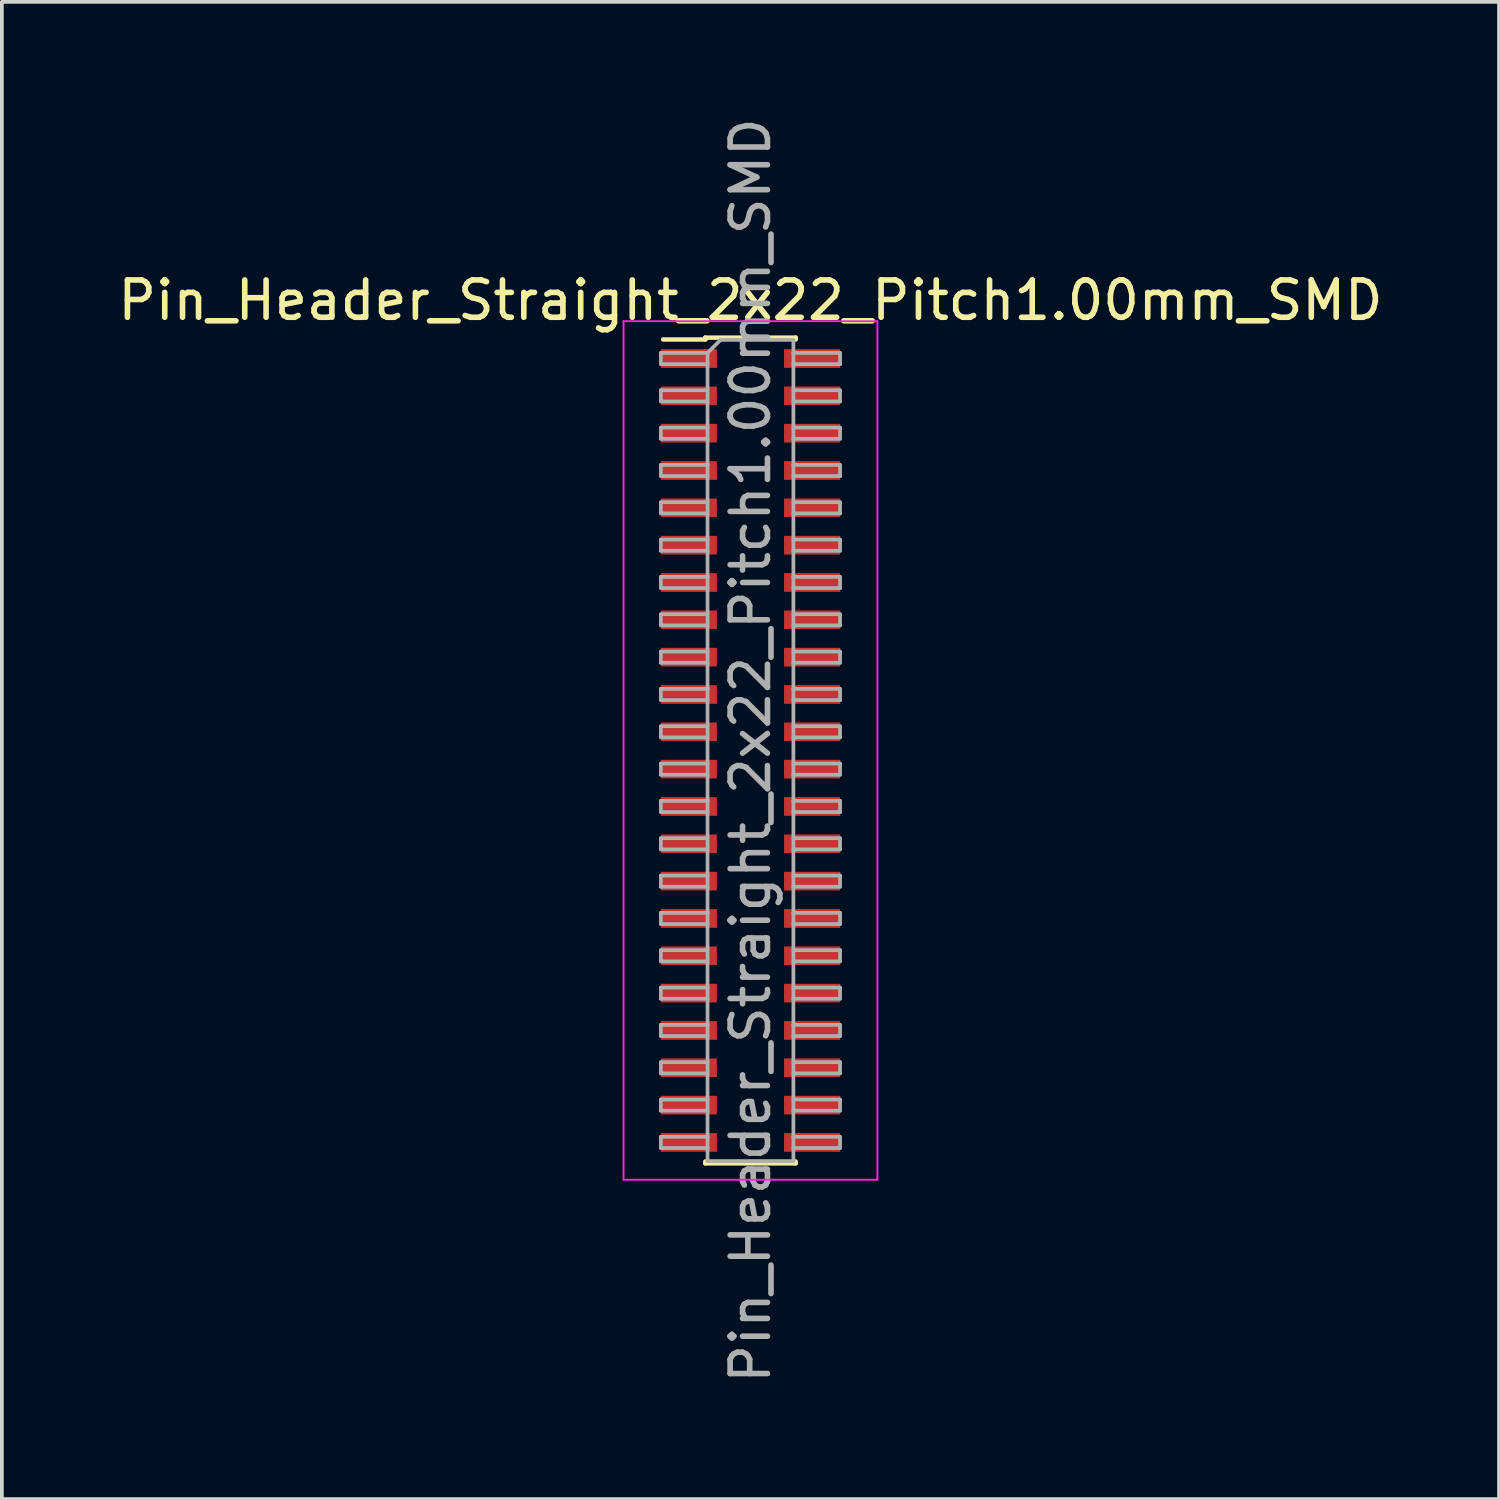
<source format=kicad_pcb>
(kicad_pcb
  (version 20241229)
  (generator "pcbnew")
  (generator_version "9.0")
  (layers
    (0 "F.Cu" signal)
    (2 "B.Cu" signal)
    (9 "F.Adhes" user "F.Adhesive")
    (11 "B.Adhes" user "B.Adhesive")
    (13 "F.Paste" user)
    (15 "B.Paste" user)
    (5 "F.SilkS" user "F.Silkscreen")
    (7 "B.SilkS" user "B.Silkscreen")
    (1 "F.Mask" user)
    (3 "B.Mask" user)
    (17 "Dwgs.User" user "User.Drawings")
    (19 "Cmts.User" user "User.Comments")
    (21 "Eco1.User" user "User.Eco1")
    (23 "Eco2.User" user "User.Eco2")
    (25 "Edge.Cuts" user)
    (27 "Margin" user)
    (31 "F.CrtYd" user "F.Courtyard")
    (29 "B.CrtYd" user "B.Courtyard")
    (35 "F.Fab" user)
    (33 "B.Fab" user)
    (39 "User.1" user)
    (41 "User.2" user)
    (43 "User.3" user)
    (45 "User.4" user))
  (footprint "Pin_Header_Straight_2x22_Pitch1.00mm_SMD"
    (layer "F.Cu")
    (at 17.054 17.054)
    (property "Reference" "Pin_Header_Straight_2x22_Pitch1.00mm_SMD" (at 0 -12.06 0) (layer "F.SilkS") (effects (font (size 1 1) (thickness 0.15))))
    (attr smd)
    (fp_line (start -2.34 -11.01) (end -1.21 -11.01) (stroke (width 0.12) (type solid)) (layer "F.SilkS"))
    (fp_line (start -1.21 -11.06) (end -1.21 -11.01) (stroke (width 0.12) (type solid)) (layer "F.SilkS"))
    (fp_line (start -1.21 -11.06) (end 1.21 -11.06) (stroke (width 0.12) (type solid)) (layer "F.SilkS"))
    (fp_line (start -1.21 11.01) (end -1.21 11.06) (stroke (width 0.12) (type solid)) (layer "F.SilkS"))
    (fp_line (start -1.21 11.06) (end 1.21 11.06) (stroke (width 0.12) (type solid)) (layer "F.SilkS"))
    (fp_line (start 1.21 -11.06) (end 1.21 -11.01) (stroke (width 0.12) (type solid)) (layer "F.SilkS"))
    (fp_line (start 1.21 11.01) (end 1.21 11.06) (stroke (width 0.12) (type solid)) (layer "F.SilkS"))
    (fp_line (start -3.4 -11.5) (end -3.4 11.5) (stroke (width 0.05) (type solid)) (layer "F.CrtYd"))
    (fp_line (start -3.4 11.5) (end 3.4 11.5) (stroke (width 0.05) (type solid)) (layer "F.CrtYd"))
    (fp_line (start 3.4 -11.5) (end -3.4 -11.5) (stroke (width 0.05) (type solid)) (layer "F.CrtYd"))
    (fp_line (start 3.4 11.5) (end 3.4 -11.5) (stroke (width 0.05) (type solid)) (layer "F.CrtYd"))
    (fp_line (start -2.4 -10.65) (end -2.4 -10.35) (stroke (width 0.1) (type solid)) (layer "F.Fab"))
    (fp_line (start -2.4 -10.35) (end -1.15 -10.35) (stroke (width 0.1) (type solid)) (layer "F.Fab"))
    (fp_line (start -2.4 -9.65) (end -2.4 -9.35) (stroke (width 0.1) (type solid)) (layer "F.Fab"))
    (fp_line (start -2.4 -9.35) (end -1.15 -9.35) (stroke (width 0.1) (type solid)) (layer "F.Fab"))
    (fp_line (start -2.4 -8.65) (end -2.4 -8.35) (stroke (width 0.1) (type solid)) (layer "F.Fab"))
    (fp_line (start -2.4 -8.35) (end -1.15 -8.35) (stroke (width 0.1) (type solid)) (layer "F.Fab"))
    (fp_line (start -2.4 -7.65) (end -2.4 -7.35) (stroke (width 0.1) (type solid)) (layer "F.Fab"))
    (fp_line (start -2.4 -7.35) (end -1.15 -7.35) (stroke (width 0.1) (type solid)) (layer "F.Fab"))
    (fp_line (start -2.4 -6.65) (end -2.4 -6.35) (stroke (width 0.1) (type solid)) (layer "F.Fab"))
    (fp_line (start -2.4 -6.35) (end -1.15 -6.35) (stroke (width 0.1) (type solid)) (layer "F.Fab"))
    (fp_line (start -2.4 -5.65) (end -2.4 -5.35) (stroke (width 0.1) (type solid)) (layer "F.Fab"))
    (fp_line (start -2.4 -5.35) (end -1.15 -5.35) (stroke (width 0.1) (type solid)) (layer "F.Fab"))
    (fp_line (start -2.4 -4.65) (end -2.4 -4.35) (stroke (width 0.1) (type solid)) (layer "F.Fab"))
    (fp_line (start -2.4 -4.35) (end -1.15 -4.35) (stroke (width 0.1) (type solid)) (layer "F.Fab"))
    (fp_line (start -2.4 -3.65) (end -2.4 -3.35) (stroke (width 0.1) (type solid)) (layer "F.Fab"))
    (fp_line (start -2.4 -3.35) (end -1.15 -3.35) (stroke (width 0.1) (type solid)) (layer "F.Fab"))
    (fp_line (start -2.4 -2.65) (end -2.4 -2.35) (stroke (width 0.1) (type solid)) (layer "F.Fab"))
    (fp_line (start -2.4 -2.35) (end -1.15 -2.35) (stroke (width 0.1) (type solid)) (layer "F.Fab"))
    (fp_line (start -2.4 -1.65) (end -2.4 -1.35) (stroke (width 0.1) (type solid)) (layer "F.Fab"))
    (fp_line (start -2.4 -1.35) (end -1.15 -1.35) (stroke (width 0.1) (type solid)) (layer "F.Fab"))
    (fp_line (start -2.4 -0.65) (end -2.4 -0.35) (stroke (width 0.1) (type solid)) (layer "F.Fab"))
    (fp_line (start -2.4 -0.35) (end -1.15 -0.35) (stroke (width 0.1) (type solid)) (layer "F.Fab"))
    (fp_line (start -2.4 0.35) (end -2.4 0.65) (stroke (width 0.1) (type solid)) (layer "F.Fab"))
    (fp_line (start -2.4 0.65) (end -1.15 0.65) (stroke (width 0.1) (type solid)) (layer "F.Fab"))
    (fp_line (start -2.4 1.35) (end -2.4 1.65) (stroke (width 0.1) (type solid)) (layer "F.Fab"))
    (fp_line (start -2.4 1.65) (end -1.15 1.65) (stroke (width 0.1) (type solid)) (layer "F.Fab"))
    (fp_line (start -2.4 2.35) (end -2.4 2.65) (stroke (width 0.1) (type solid)) (layer "F.Fab"))
    (fp_line (start -2.4 2.65) (end -1.15 2.65) (stroke (width 0.1) (type solid)) (layer "F.Fab"))
    (fp_line (start -2.4 3.35) (end -2.4 3.65) (stroke (width 0.1) (type solid)) (layer "F.Fab"))
    (fp_line (start -2.4 3.65) (end -1.15 3.65) (stroke (width 0.1) (type solid)) (layer "F.Fab"))
    (fp_line (start -2.4 4.35) (end -2.4 4.65) (stroke (width 0.1) (type solid)) (layer "F.Fab"))
    (fp_line (start -2.4 4.65) (end -1.15 4.65) (stroke (width 0.1) (type solid)) (layer "F.Fab"))
    (fp_line (start -2.4 5.35) (end -2.4 5.65) (stroke (width 0.1) (type solid)) (layer "F.Fab"))
    (fp_line (start -2.4 5.65) (end -1.15 5.65) (stroke (width 0.1) (type solid)) (layer "F.Fab"))
    (fp_line (start -2.4 6.35) (end -2.4 6.65) (stroke (width 0.1) (type solid)) (layer "F.Fab"))
    (fp_line (start -2.4 6.65) (end -1.15 6.65) (stroke (width 0.1) (type solid)) (layer "F.Fab"))
    (fp_line (start -2.4 7.35) (end -2.4 7.65) (stroke (width 0.1) (type solid)) (layer "F.Fab"))
    (fp_line (start -2.4 7.65) (end -1.15 7.65) (stroke (width 0.1) (type solid)) (layer "F.Fab"))
    (fp_line (start -2.4 8.35) (end -2.4 8.65) (stroke (width 0.1) (type solid)) (layer "F.Fab"))
    (fp_line (start -2.4 8.65) (end -1.15 8.65) (stroke (width 0.1) (type solid)) (layer "F.Fab"))
    (fp_line (start -2.4 9.35) (end -2.4 9.65) (stroke (width 0.1) (type solid)) (layer "F.Fab"))
    (fp_line (start -2.4 9.65) (end -1.15 9.65) (stroke (width 0.1) (type solid)) (layer "F.Fab"))
    (fp_line (start -2.4 10.35) (end -2.4 10.65) (stroke (width 0.1) (type solid)) (layer "F.Fab"))
    (fp_line (start -2.4 10.65) (end -1.15 10.65) (stroke (width 0.1) (type solid)) (layer "F.Fab"))
    (fp_line (start -1.15 -10.65) (end -2.4 -10.65) (stroke (width 0.1) (type solid)) (layer "F.Fab"))
    (fp_line (start -1.15 -10.65) (end -0.8 -11) (stroke (width 0.1) (type solid)) (layer "F.Fab"))
    (fp_line (start -1.15 -9.65) (end -2.4 -9.65) (stroke (width 0.1) (type solid)) (layer "F.Fab"))
    (fp_line (start -1.15 -8.65) (end -2.4 -8.65) (stroke (width 0.1) (type solid)) (layer "F.Fab"))
    (fp_line (start -1.15 -7.65) (end -2.4 -7.65) (stroke (width 0.1) (type solid)) (layer "F.Fab"))
    (fp_line (start -1.15 -6.65) (end -2.4 -6.65) (stroke (width 0.1) (type solid)) (layer "F.Fab"))
    (fp_line (start -1.15 -5.65) (end -2.4 -5.65) (stroke (width 0.1) (type solid)) (layer "F.Fab"))
    (fp_line (start -1.15 -4.65) (end -2.4 -4.65) (stroke (width 0.1) (type solid)) (layer "F.Fab"))
    (fp_line (start -1.15 -3.65) (end -2.4 -3.65) (stroke (width 0.1) (type solid)) (layer "F.Fab"))
    (fp_line (start -1.15 -2.65) (end -2.4 -2.65) (stroke (width 0.1) (type solid)) (layer "F.Fab"))
    (fp_line (start -1.15 -1.65) (end -2.4 -1.65) (stroke (width 0.1) (type solid)) (layer "F.Fab"))
    (fp_line (start -1.15 -0.65) (end -2.4 -0.65) (stroke (width 0.1) (type solid)) (layer "F.Fab"))
    (fp_line (start -1.15 0.35) (end -2.4 0.35) (stroke (width 0.1) (type solid)) (layer "F.Fab"))
    (fp_line (start -1.15 1.35) (end -2.4 1.35) (stroke (width 0.1) (type solid)) (layer "F.Fab"))
    (fp_line (start -1.15 2.35) (end -2.4 2.35) (stroke (width 0.1) (type solid)) (layer "F.Fab"))
    (fp_line (start -1.15 3.35) (end -2.4 3.35) (stroke (width 0.1) (type solid)) (layer "F.Fab"))
    (fp_line (start -1.15 4.35) (end -2.4 4.35) (stroke (width 0.1) (type solid)) (layer "F.Fab"))
    (fp_line (start -1.15 5.35) (end -2.4 5.35) (stroke (width 0.1) (type solid)) (layer "F.Fab"))
    (fp_line (start -1.15 6.35) (end -2.4 6.35) (stroke (width 0.1) (type solid)) (layer "F.Fab"))
    (fp_line (start -1.15 7.35) (end -2.4 7.35) (stroke (width 0.1) (type solid)) (layer "F.Fab"))
    (fp_line (start -1.15 8.35) (end -2.4 8.35) (stroke (width 0.1) (type solid)) (layer "F.Fab"))
    (fp_line (start -1.15 9.35) (end -2.4 9.35) (stroke (width 0.1) (type solid)) (layer "F.Fab"))
    (fp_line (start -1.15 10.35) (end -2.4 10.35) (stroke (width 0.1) (type solid)) (layer "F.Fab"))
    (fp_line (start -1.15 11) (end -1.15 -10.65) (stroke (width 0.1) (type solid)) (layer "F.Fab"))
    (fp_line (start -0.8 -11) (end 1.15 -11) (stroke (width 0.1) (type solid)) (layer "F.Fab"))
    (fp_line (start 1.15 -11) (end 1.15 11) (stroke (width 0.1) (type solid)) (layer "F.Fab"))
    (fp_line (start 1.15 -10.65) (end 2.4 -10.65) (stroke (width 0.1) (type solid)) (layer "F.Fab"))
    (fp_line (start 1.15 -9.65) (end 2.4 -9.65) (stroke (width 0.1) (type solid)) (layer "F.Fab"))
    (fp_line (start 1.15 -8.65) (end 2.4 -8.65) (stroke (width 0.1) (type solid)) (layer "F.Fab"))
    (fp_line (start 1.15 -7.65) (end 2.4 -7.65) (stroke (width 0.1) (type solid)) (layer "F.Fab"))
    (fp_line (start 1.15 -6.65) (end 2.4 -6.65) (stroke (width 0.1) (type solid)) (layer "F.Fab"))
    (fp_line (start 1.15 -5.65) (end 2.4 -5.65) (stroke (width 0.1) (type solid)) (layer "F.Fab"))
    (fp_line (start 1.15 -4.65) (end 2.4 -4.65) (stroke (width 0.1) (type solid)) (layer "F.Fab"))
    (fp_line (start 1.15 -3.65) (end 2.4 -3.65) (stroke (width 0.1) (type solid)) (layer "F.Fab"))
    (fp_line (start 1.15 -2.65) (end 2.4 -2.65) (stroke (width 0.1) (type solid)) (layer "F.Fab"))
    (fp_line (start 1.15 -1.65) (end 2.4 -1.65) (stroke (width 0.1) (type solid)) (layer "F.Fab"))
    (fp_line (start 1.15 -0.65) (end 2.4 -0.65) (stroke (width 0.1) (type solid)) (layer "F.Fab"))
    (fp_line (start 1.15 0.35) (end 2.4 0.35) (stroke (width 0.1) (type solid)) (layer "F.Fab"))
    (fp_line (start 1.15 1.35) (end 2.4 1.35) (stroke (width 0.1) (type solid)) (layer "F.Fab"))
    (fp_line (start 1.15 2.35) (end 2.4 2.35) (stroke (width 0.1) (type solid)) (layer "F.Fab"))
    (fp_line (start 1.15 3.35) (end 2.4 3.35) (stroke (width 0.1) (type solid)) (layer "F.Fab"))
    (fp_line (start 1.15 4.35) (end 2.4 4.35) (stroke (width 0.1) (type solid)) (layer "F.Fab"))
    (fp_line (start 1.15 5.35) (end 2.4 5.35) (stroke (width 0.1) (type solid)) (layer "F.Fab"))
    (fp_line (start 1.15 6.35) (end 2.4 6.35) (stroke (width 0.1) (type solid)) (layer "F.Fab"))
    (fp_line (start 1.15 7.35) (end 2.4 7.35) (stroke (width 0.1) (type solid)) (layer "F.Fab"))
    (fp_line (start 1.15 8.35) (end 2.4 8.35) (stroke (width 0.1) (type solid)) (layer "F.Fab"))
    (fp_line (start 1.15 9.35) (end 2.4 9.35) (stroke (width 0.1) (type solid)) (layer "F.Fab"))
    (fp_line (start 1.15 10.35) (end 2.4 10.35) (stroke (width 0.1) (type solid)) (layer "F.Fab"))
    (fp_line (start 1.15 11) (end -1.15 11) (stroke (width 0.1) (type solid)) (layer "F.Fab"))
    (fp_line (start 2.4 -10.65) (end 2.4 -10.35) (stroke (width 0.1) (type solid)) (layer "F.Fab"))
    (fp_line (start 2.4 -10.35) (end 1.15 -10.35) (stroke (width 0.1) (type solid)) (layer "F.Fab"))
    (fp_line (start 2.4 -9.65) (end 2.4 -9.35) (stroke (width 0.1) (type solid)) (layer "F.Fab"))
    (fp_line (start 2.4 -9.35) (end 1.15 -9.35) (stroke (width 0.1) (type solid)) (layer "F.Fab"))
    (fp_line (start 2.4 -8.65) (end 2.4 -8.35) (stroke (width 0.1) (type solid)) (layer "F.Fab"))
    (fp_line (start 2.4 -8.35) (end 1.15 -8.35) (stroke (width 0.1) (type solid)) (layer "F.Fab"))
    (fp_line (start 2.4 -7.65) (end 2.4 -7.35) (stroke (width 0.1) (type solid)) (layer "F.Fab"))
    (fp_line (start 2.4 -7.35) (end 1.15 -7.35) (stroke (width 0.1) (type solid)) (layer "F.Fab"))
    (fp_line (start 2.4 -6.65) (end 2.4 -6.35) (stroke (width 0.1) (type solid)) (layer "F.Fab"))
    (fp_line (start 2.4 -6.35) (end 1.15 -6.35) (stroke (width 0.1) (type solid)) (layer "F.Fab"))
    (fp_line (start 2.4 -5.65) (end 2.4 -5.35) (stroke (width 0.1) (type solid)) (layer "F.Fab"))
    (fp_line (start 2.4 -5.35) (end 1.15 -5.35) (stroke (width 0.1) (type solid)) (layer "F.Fab"))
    (fp_line (start 2.4 -4.65) (end 2.4 -4.35) (stroke (width 0.1) (type solid)) (layer "F.Fab"))
    (fp_line (start 2.4 -4.35) (end 1.15 -4.35) (stroke (width 0.1) (type solid)) (layer "F.Fab"))
    (fp_line (start 2.4 -3.65) (end 2.4 -3.35) (stroke (width 0.1) (type solid)) (layer "F.Fab"))
    (fp_line (start 2.4 -3.35) (end 1.15 -3.35) (stroke (width 0.1) (type solid)) (layer "F.Fab"))
    (fp_line (start 2.4 -2.65) (end 2.4 -2.35) (stroke (width 0.1) (type solid)) (layer "F.Fab"))
    (fp_line (start 2.4 -2.35) (end 1.15 -2.35) (stroke (width 0.1) (type solid)) (layer "F.Fab"))
    (fp_line (start 2.4 -1.65) (end 2.4 -1.35) (stroke (width 0.1) (type solid)) (layer "F.Fab"))
    (fp_line (start 2.4 -1.35) (end 1.15 -1.35) (stroke (width 0.1) (type solid)) (layer "F.Fab"))
    (fp_line (start 2.4 -0.65) (end 2.4 -0.35) (stroke (width 0.1) (type solid)) (layer "F.Fab"))
    (fp_line (start 2.4 -0.35) (end 1.15 -0.35) (stroke (width 0.1) (type solid)) (layer "F.Fab"))
    (fp_line (start 2.4 0.35) (end 2.4 0.65) (stroke (width 0.1) (type solid)) (layer "F.Fab"))
    (fp_line (start 2.4 0.65) (end 1.15 0.65) (stroke (width 0.1) (type solid)) (layer "F.Fab"))
    (fp_line (start 2.4 1.35) (end 2.4 1.65) (stroke (width 0.1) (type solid)) (layer "F.Fab"))
    (fp_line (start 2.4 1.65) (end 1.15 1.65) (stroke (width 0.1) (type solid)) (layer "F.Fab"))
    (fp_line (start 2.4 2.35) (end 2.4 2.65) (stroke (width 0.1) (type solid)) (layer "F.Fab"))
    (fp_line (start 2.4 2.65) (end 1.15 2.65) (stroke (width 0.1) (type solid)) (layer "F.Fab"))
    (fp_line (start 2.4 3.35) (end 2.4 3.65) (stroke (width 0.1) (type solid)) (layer "F.Fab"))
    (fp_line (start 2.4 3.65) (end 1.15 3.65) (stroke (width 0.1) (type solid)) (layer "F.Fab"))
    (fp_line (start 2.4 4.35) (end 2.4 4.65) (stroke (width 0.1) (type solid)) (layer "F.Fab"))
    (fp_line (start 2.4 4.65) (end 1.15 4.65) (stroke (width 0.1) (type solid)) (layer "F.Fab"))
    (fp_line (start 2.4 5.35) (end 2.4 5.65) (stroke (width 0.1) (type solid)) (layer "F.Fab"))
    (fp_line (start 2.4 5.65) (end 1.15 5.65) (stroke (width 0.1) (type solid)) (layer "F.Fab"))
    (fp_line (start 2.4 6.35) (end 2.4 6.65) (stroke (width 0.1) (type solid)) (layer "F.Fab"))
    (fp_line (start 2.4 6.65) (end 1.15 6.65) (stroke (width 0.1) (type solid)) (layer "F.Fab"))
    (fp_line (start 2.4 7.35) (end 2.4 7.65) (stroke (width 0.1) (type solid)) (layer "F.Fab"))
    (fp_line (start 2.4 7.65) (end 1.15 7.65) (stroke (width 0.1) (type solid)) (layer "F.Fab"))
    (fp_line (start 2.4 8.35) (end 2.4 8.65) (stroke (width 0.1) (type solid)) (layer "F.Fab"))
    (fp_line (start 2.4 8.65) (end 1.15 8.65) (stroke (width 0.1) (type solid)) (layer "F.Fab"))
    (fp_line (start 2.4 9.35) (end 2.4 9.65) (stroke (width 0.1) (type solid)) (layer "F.Fab"))
    (fp_line (start 2.4 9.65) (end 1.15 9.65) (stroke (width 0.1) (type solid)) (layer "F.Fab"))
    (fp_line (start 2.4 10.35) (end 2.4 10.65) (stroke (width 0.1) (type solid)) (layer "F.Fab"))
    (fp_line (start 2.4 10.65) (end 1.15 10.65) (stroke (width 0.1) (type solid)) (layer "F.Fab"))
    (fp_text user "${REFERENCE}" (at 0 0 90) (layer "F.Fab") (effects (font (size 1 1) (thickness 0.15))))
    (pad "1" smd rect (at -1.65 -10.5) (size 1.5 0.5) (layers "F.Cu" "F.Mask" "F.Paste"))
    (pad "2" smd rect (at 1.65 -10.5) (size 1.5 0.5) (layers "F.Cu" "F.Mask" "F.Paste"))
    (pad "3" smd rect (at -1.65 -9.5) (size 1.5 0.5) (layers "F.Cu" "F.Mask" "F.Paste"))
    (pad "4" smd rect (at 1.65 -9.5) (size 1.5 0.5) (layers "F.Cu" "F.Mask" "F.Paste"))
    (pad "5" smd rect (at -1.65 -8.5) (size 1.5 0.5) (layers "F.Cu" "F.Mask" "F.Paste"))
    (pad "6" smd rect (at 1.65 -8.5) (size 1.5 0.5) (layers "F.Cu" "F.Mask" "F.Paste"))
    (pad "7" smd rect (at -1.65 -7.5) (size 1.5 0.5) (layers "F.Cu" "F.Mask" "F.Paste"))
    (pad "8" smd rect (at 1.65 -7.5) (size 1.5 0.5) (layers "F.Cu" "F.Mask" "F.Paste"))
    (pad "9" smd rect (at -1.65 -6.5) (size 1.5 0.5) (layers "F.Cu" "F.Mask" "F.Paste"))
    (pad "10" smd rect (at 1.65 -6.5) (size 1.5 0.5) (layers "F.Cu" "F.Mask" "F.Paste"))
    (pad "11" smd rect (at -1.65 -5.5) (size 1.5 0.5) (layers "F.Cu" "F.Mask" "F.Paste"))
    (pad "12" smd rect (at 1.65 -5.5) (size 1.5 0.5) (layers "F.Cu" "F.Mask" "F.Paste"))
    (pad "13" smd rect (at -1.65 -4.5) (size 1.5 0.5) (layers "F.Cu" "F.Mask" "F.Paste"))
    (pad "14" smd rect (at 1.65 -4.5) (size 1.5 0.5) (layers "F.Cu" "F.Mask" "F.Paste"))
    (pad "15" smd rect (at -1.65 -3.5) (size 1.5 0.5) (layers "F.Cu" "F.Mask" "F.Paste"))
    (pad "16" smd rect (at 1.65 -3.5) (size 1.5 0.5) (layers "F.Cu" "F.Mask" "F.Paste"))
    (pad "17" smd rect (at -1.65 -2.5) (size 1.5 0.5) (layers "F.Cu" "F.Mask" "F.Paste"))
    (pad "18" smd rect (at 1.65 -2.5) (size 1.5 0.5) (layers "F.Cu" "F.Mask" "F.Paste"))
    (pad "19" smd rect (at -1.65 -1.5) (size 1.5 0.5) (layers "F.Cu" "F.Mask" "F.Paste"))
    (pad "20" smd rect (at 1.65 -1.5) (size 1.5 0.5) (layers "F.Cu" "F.Mask" "F.Paste"))
    (pad "21" smd rect (at -1.65 -0.5) (size 1.5 0.5) (layers "F.Cu" "F.Mask" "F.Paste"))
    (pad "22" smd rect (at 1.65 -0.5) (size 1.5 0.5) (layers "F.Cu" "F.Mask" "F.Paste"))
    (pad "23" smd rect (at -1.65 0.5) (size 1.5 0.5) (layers "F.Cu" "F.Mask" "F.Paste"))
    (pad "24" smd rect (at 1.65 0.5) (size 1.5 0.5) (layers "F.Cu" "F.Mask" "F.Paste"))
    (pad "25" smd rect (at -1.65 1.5) (size 1.5 0.5) (layers "F.Cu" "F.Mask" "F.Paste"))
    (pad "26" smd rect (at 1.65 1.5) (size 1.5 0.5) (layers "F.Cu" "F.Mask" "F.Paste"))
    (pad "27" smd rect (at -1.65 2.5) (size 1.5 0.5) (layers "F.Cu" "F.Mask" "F.Paste"))
    (pad "28" smd rect (at 1.65 2.5) (size 1.5 0.5) (layers "F.Cu" "F.Mask" "F.Paste"))
    (pad "29" smd rect (at -1.65 3.5) (size 1.5 0.5) (layers "F.Cu" "F.Mask" "F.Paste"))
    (pad "30" smd rect (at 1.65 3.5) (size 1.5 0.5) (layers "F.Cu" "F.Mask" "F.Paste"))
    (pad "31" smd rect (at -1.65 4.5) (size 1.5 0.5) (layers "F.Cu" "F.Mask" "F.Paste"))
    (pad "32" smd rect (at 1.65 4.5) (size 1.5 0.5) (layers "F.Cu" "F.Mask" "F.Paste"))
    (pad "33" smd rect (at -1.65 5.5) (size 1.5 0.5) (layers "F.Cu" "F.Mask" "F.Paste"))
    (pad "34" smd rect (at 1.65 5.5) (size 1.5 0.5) (layers "F.Cu" "F.Mask" "F.Paste"))
    (pad "35" smd rect (at -1.65 6.5) (size 1.5 0.5) (layers "F.Cu" "F.Mask" "F.Paste"))
    (pad "36" smd rect (at 1.65 6.5) (size 1.5 0.5) (layers "F.Cu" "F.Mask" "F.Paste"))
    (pad "37" smd rect (at -1.65 7.5) (size 1.5 0.5) (layers "F.Cu" "F.Mask" "F.Paste"))
    (pad "38" smd rect (at 1.65 7.5) (size 1.5 0.5) (layers "F.Cu" "F.Mask" "F.Paste"))
    (pad "39" smd rect (at -1.65 8.5) (size 1.5 0.5) (layers "F.Cu" "F.Mask" "F.Paste"))
    (pad "40" smd rect (at 1.65 8.5) (size 1.5 0.5) (layers "F.Cu" "F.Mask" "F.Paste"))
    (pad "41" smd rect (at -1.65 9.5) (size 1.5 0.5) (layers "F.Cu" "F.Mask" "F.Paste"))
    (pad "42" smd rect (at 1.65 9.5) (size 1.5 0.5) (layers "F.Cu" "F.Mask" "F.Paste"))
    (pad "43" smd rect (at -1.65 10.5) (size 1.5 0.5) (layers "F.Cu" "F.Mask" "F.Paste"))
    (pad "44" smd rect (at 1.65 10.5) (size 1.5 0.5) (layers "F.Cu" "F.Mask" "F.Paste")))
  (gr_rect
    (start -3 -3)
    (end 37.107 37.107)
    (stroke (width 0.1) (type default))
    (fill no)
    (layer "Edge.Cuts")))
</source>
